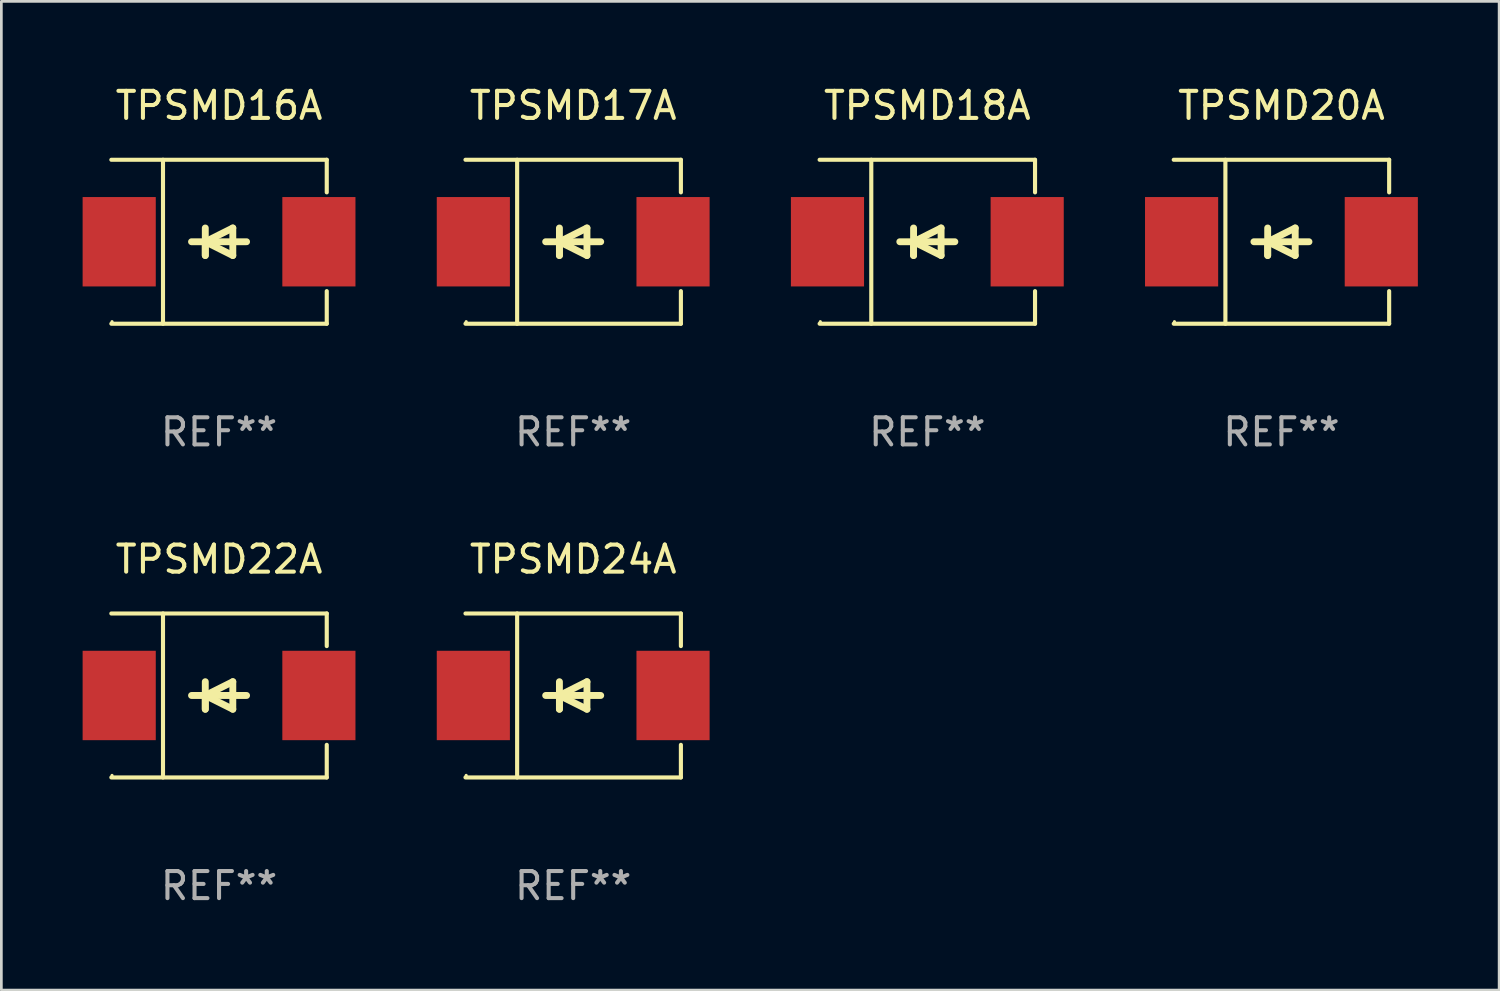
<source format=kicad_pcb>
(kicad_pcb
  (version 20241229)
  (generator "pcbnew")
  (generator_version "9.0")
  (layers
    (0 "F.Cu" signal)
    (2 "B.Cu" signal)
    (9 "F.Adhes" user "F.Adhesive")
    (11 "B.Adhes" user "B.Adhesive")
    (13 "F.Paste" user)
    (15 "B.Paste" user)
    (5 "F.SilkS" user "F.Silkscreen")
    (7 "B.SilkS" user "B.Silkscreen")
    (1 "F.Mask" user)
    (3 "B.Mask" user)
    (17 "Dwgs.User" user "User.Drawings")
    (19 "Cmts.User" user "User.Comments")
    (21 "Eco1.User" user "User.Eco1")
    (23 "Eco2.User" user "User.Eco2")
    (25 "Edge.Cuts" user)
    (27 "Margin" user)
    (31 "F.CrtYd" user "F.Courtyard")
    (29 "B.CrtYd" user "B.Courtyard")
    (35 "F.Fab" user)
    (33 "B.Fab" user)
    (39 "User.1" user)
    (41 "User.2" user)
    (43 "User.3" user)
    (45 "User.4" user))
  (footprint "TPSMD22A"
    (layer "F.Cu")
    (at 5.036 22.623)
    (property "Reference" "TPSMD22A" (at 0 -5.026 0) (layer "F.SilkS") (effects (font (size 1 1) (thickness 0.15))))
    (attr through_hole)
    (fp_line (start -3.976 -3.026) (end 3.976 -3.026) (stroke (width 0.152) (type solid)) (layer "F.SilkS"))
    (fp_line (start -3.976 3.026) (end 3.976 3.026) (stroke (width 0.152) (type solid)) (layer "F.SilkS"))
    (fp_line (start -2.069 -3.026) (end -2.069 3.026) (stroke (width 0.152) (type solid)) (layer "F.SilkS"))
    (fp_line (start -0.508 0) (end -0.508 0.508) (stroke (width 0.254) (type solid)) (layer "F.SilkS"))
    (fp_line (start -0.508 0) (end 0.508 0.508) (stroke (width 0.254) (type solid)) (layer "F.SilkS"))
    (fp_line (start -0.508 0.508) (end -0.508 -0.508) (stroke (width 0.254) (type solid)) (layer "F.SilkS"))
    (fp_line (start 0.508 -0.508) (end -0.508 0) (stroke (width 0.254) (type solid)) (layer "F.SilkS"))
    (fp_line (start 0.508 0.508) (end 0.508 -0.508) (stroke (width 0.254) (type solid)) (layer "F.SilkS"))
    (fp_line (start 1.016 0) (end -1.016 0) (stroke (width 0.254) (type solid)) (layer "F.SilkS"))
    (fp_line (start 3.976 -3.026) (end 3.976 -1.823) (stroke (width 0.152) (type solid)) (layer "F.SilkS"))
    (fp_line (start 3.976 3.026) (end 3.976 1.823) (stroke (width 0.152) (type solid)) (layer "F.SilkS"))
    (fp_circle (center -3.95 2.95) (end -3.92 2.95) (stroke (width 0.06) (type solid)) (fill no) (layer "F.SilkS"))
    (fp_text user "REF**" (at 0 7.026 0) (layer "F.Fab") (effects (font (size 1 1) (thickness 0.15))))
    (pad "1" smd rect (at -3.686 0) (size 2.7 3.3) (layers "F.Cu" "F.Mask" "F.Paste"))
    (pad "2" smd rect (at 3.686 0) (size 2.7 3.3) (layers "F.Cu" "F.Mask" "F.Paste")))
  (footprint "TPSMD16A"
    (layer "F.Cu")
    (at 5.036 5.874)
    (property "Reference" "TPSMD16A" (at 0 -5.026 0) (layer "F.SilkS") (effects (font (size 1 1) (thickness 0.15))))
    (attr through_hole)
    (fp_line (start -3.976 -3.026) (end 3.976 -3.026) (stroke (width 0.152) (type solid)) (layer "F.SilkS"))
    (fp_line (start -3.976 3.026) (end 3.976 3.026) (stroke (width 0.152) (type solid)) (layer "F.SilkS"))
    (fp_line (start -2.069 -3.026) (end -2.069 3.026) (stroke (width 0.152) (type solid)) (layer "F.SilkS"))
    (fp_line (start -0.508 0) (end -0.508 0.508) (stroke (width 0.254) (type solid)) (layer "F.SilkS"))
    (fp_line (start -0.508 0) (end 0.508 0.508) (stroke (width 0.254) (type solid)) (layer "F.SilkS"))
    (fp_line (start -0.508 0.508) (end -0.508 -0.508) (stroke (width 0.254) (type solid)) (layer "F.SilkS"))
    (fp_line (start 0.508 -0.508) (end -0.508 0) (stroke (width 0.254) (type solid)) (layer "F.SilkS"))
    (fp_line (start 0.508 0.508) (end 0.508 -0.508) (stroke (width 0.254) (type solid)) (layer "F.SilkS"))
    (fp_line (start 1.016 0) (end -1.016 0) (stroke (width 0.254) (type solid)) (layer "F.SilkS"))
    (fp_line (start 3.976 -3.026) (end 3.976 -1.823) (stroke (width 0.152) (type solid)) (layer "F.SilkS"))
    (fp_line (start 3.976 3.026) (end 3.976 1.823) (stroke (width 0.152) (type solid)) (layer "F.SilkS"))
    (fp_circle (center -3.95 2.95) (end -3.92 2.95) (stroke (width 0.06) (type solid)) (fill no) (layer "F.SilkS"))
    (fp_text user "REF**" (at 0 7.026 0) (layer "F.Fab") (effects (font (size 1 1) (thickness 0.15))))
    (pad "1" smd rect (at -3.686 0) (size 2.7 3.3) (layers "F.Cu" "F.Mask" "F.Paste"))
    (pad "2" smd rect (at 3.686 0) (size 2.7 3.3) (layers "F.Cu" "F.Mask" "F.Paste")))
  (footprint "TPSMD17A"
    (layer "F.Cu")
    (at 18.109 5.874)
    (property "Reference" "TPSMD17A" (at 0 -5.026 0) (layer "F.SilkS") (effects (font (size 1 1) (thickness 0.15))))
    (attr through_hole)
    (fp_line (start -3.976 -3.026) (end 3.976 -3.026) (stroke (width 0.152) (type solid)) (layer "F.SilkS"))
    (fp_line (start -3.976 3.026) (end 3.976 3.026) (stroke (width 0.152) (type solid)) (layer "F.SilkS"))
    (fp_line (start -2.069 -3.026) (end -2.069 3.026) (stroke (width 0.152) (type solid)) (layer "F.SilkS"))
    (fp_line (start -0.508 0) (end -0.508 0.508) (stroke (width 0.254) (type solid)) (layer "F.SilkS"))
    (fp_line (start -0.508 0) (end 0.508 0.508) (stroke (width 0.254) (type solid)) (layer "F.SilkS"))
    (fp_line (start -0.508 0.508) (end -0.508 -0.508) (stroke (width 0.254) (type solid)) (layer "F.SilkS"))
    (fp_line (start 0.508 -0.508) (end -0.508 0) (stroke (width 0.254) (type solid)) (layer "F.SilkS"))
    (fp_line (start 0.508 0.508) (end 0.508 -0.508) (stroke (width 0.254) (type solid)) (layer "F.SilkS"))
    (fp_line (start 1.016 0) (end -1.016 0) (stroke (width 0.254) (type solid)) (layer "F.SilkS"))
    (fp_line (start 3.976 -3.026) (end 3.976 -1.823) (stroke (width 0.152) (type solid)) (layer "F.SilkS"))
    (fp_line (start 3.976 3.026) (end 3.976 1.823) (stroke (width 0.152) (type solid)) (layer "F.SilkS"))
    (fp_circle (center -3.95 2.95) (end -3.92 2.95) (stroke (width 0.06) (type solid)) (fill no) (layer "F.SilkS"))
    (fp_text user "REF**" (at 0 7.026 0) (layer "F.Fab") (effects (font (size 1 1) (thickness 0.15))))
    (pad "1" smd rect (at -3.686 0) (size 2.7 3.3) (layers "F.Cu" "F.Mask" "F.Paste"))
    (pad "2" smd rect (at 3.686 0) (size 2.7 3.3) (layers "F.Cu" "F.Mask" "F.Paste")))
  (footprint "TPSMD20A"
    (layer "F.Cu")
    (at 44.254 5.874)
    (property "Reference" "TPSMD20A" (at 0 -5.026 0) (layer "F.SilkS") (effects (font (size 1 1) (thickness 0.15))))
    (attr through_hole)
    (fp_line (start -3.976 -3.026) (end 3.976 -3.026) (stroke (width 0.152) (type solid)) (layer "F.SilkS"))
    (fp_line (start -3.976 3.026) (end 3.976 3.026) (stroke (width 0.152) (type solid)) (layer "F.SilkS"))
    (fp_line (start -2.069 -3.026) (end -2.069 3.026) (stroke (width 0.152) (type solid)) (layer "F.SilkS"))
    (fp_line (start -0.508 0) (end -0.508 0.508) (stroke (width 0.254) (type solid)) (layer "F.SilkS"))
    (fp_line (start -0.508 0) (end 0.508 0.508) (stroke (width 0.254) (type solid)) (layer "F.SilkS"))
    (fp_line (start -0.508 0.508) (end -0.508 -0.508) (stroke (width 0.254) (type solid)) (layer "F.SilkS"))
    (fp_line (start 0.508 -0.508) (end -0.508 0) (stroke (width 0.254) (type solid)) (layer "F.SilkS"))
    (fp_line (start 0.508 0.508) (end 0.508 -0.508) (stroke (width 0.254) (type solid)) (layer "F.SilkS"))
    (fp_line (start 1.016 0) (end -1.016 0) (stroke (width 0.254) (type solid)) (layer "F.SilkS"))
    (fp_line (start 3.976 -3.026) (end 3.976 -1.823) (stroke (width 0.152) (type solid)) (layer "F.SilkS"))
    (fp_line (start 3.976 3.026) (end 3.976 1.823) (stroke (width 0.152) (type solid)) (layer "F.SilkS"))
    (fp_circle (center -3.95 2.95) (end -3.92 2.95) (stroke (width 0.06) (type solid)) (fill no) (layer "F.SilkS"))
    (fp_text user "REF**" (at 0 7.026 0) (layer "F.Fab") (effects (font (size 1 1) (thickness 0.15))))
    (pad "1" smd rect (at -3.686 0) (size 2.7 3.3) (layers "F.Cu" "F.Mask" "F.Paste"))
    (pad "2" smd rect (at 3.686 0) (size 2.7 3.3) (layers "F.Cu" "F.Mask" "F.Paste")))
  (footprint "TPSMD24A"
    (layer "F.Cu")
    (at 18.109 22.623)
    (property "Reference" "TPSMD24A" (at 0 -5.026 0) (layer "F.SilkS") (effects (font (size 1 1) (thickness 0.15))))
    (attr through_hole)
    (fp_line (start -3.976 -3.026) (end 3.976 -3.026) (stroke (width 0.152) (type solid)) (layer "F.SilkS"))
    (fp_line (start -3.976 3.026) (end 3.976 3.026) (stroke (width 0.152) (type solid)) (layer "F.SilkS"))
    (fp_line (start -2.069 -3.026) (end -2.069 3.026) (stroke (width 0.152) (type solid)) (layer "F.SilkS"))
    (fp_line (start -0.508 0) (end -0.508 0.508) (stroke (width 0.254) (type solid)) (layer "F.SilkS"))
    (fp_line (start -0.508 0) (end 0.508 0.508) (stroke (width 0.254) (type solid)) (layer "F.SilkS"))
    (fp_line (start -0.508 0.508) (end -0.508 -0.508) (stroke (width 0.254) (type solid)) (layer "F.SilkS"))
    (fp_line (start 0.508 -0.508) (end -0.508 0) (stroke (width 0.254) (type solid)) (layer "F.SilkS"))
    (fp_line (start 0.508 0.508) (end 0.508 -0.508) (stroke (width 0.254) (type solid)) (layer "F.SilkS"))
    (fp_line (start 1.016 0) (end -1.016 0) (stroke (width 0.254) (type solid)) (layer "F.SilkS"))
    (fp_line (start 3.976 -3.026) (end 3.976 -1.823) (stroke (width 0.152) (type solid)) (layer "F.SilkS"))
    (fp_line (start 3.976 3.026) (end 3.976 1.823) (stroke (width 0.152) (type solid)) (layer "F.SilkS"))
    (fp_circle (center -3.95 2.95) (end -3.92 2.95) (stroke (width 0.06) (type solid)) (fill no) (layer "F.SilkS"))
    (fp_text user "REF**" (at 0 7.026 0) (layer "F.Fab") (effects (font (size 1 1) (thickness 0.15))))
    (pad "1" smd rect (at -3.686 0) (size 2.7 3.3) (layers "F.Cu" "F.Mask" "F.Paste"))
    (pad "2" smd rect (at 3.686 0) (size 2.7 3.3) (layers "F.Cu" "F.Mask" "F.Paste")))
  (footprint "TPSMD18A"
    (layer "F.Cu")
    (at 31.182 5.874)
    (property "Reference" "TPSMD18A" (at 0 -5.026 0) (layer "F.SilkS") (effects (font (size 1 1) (thickness 0.15))))
    (attr through_hole)
    (fp_line (start -3.976 -3.026) (end 3.976 -3.026) (stroke (width 0.152) (type solid)) (layer "F.SilkS"))
    (fp_line (start -3.976 3.026) (end 3.976 3.026) (stroke (width 0.152) (type solid)) (layer "F.SilkS"))
    (fp_line (start -2.069 -3.026) (end -2.069 3.026) (stroke (width 0.152) (type solid)) (layer "F.SilkS"))
    (fp_line (start -0.508 0) (end -0.508 0.508) (stroke (width 0.254) (type solid)) (layer "F.SilkS"))
    (fp_line (start -0.508 0) (end 0.508 0.508) (stroke (width 0.254) (type solid)) (layer "F.SilkS"))
    (fp_line (start -0.508 0.508) (end -0.508 -0.508) (stroke (width 0.254) (type solid)) (layer "F.SilkS"))
    (fp_line (start 0.508 -0.508) (end -0.508 0) (stroke (width 0.254) (type solid)) (layer "F.SilkS"))
    (fp_line (start 0.508 0.508) (end 0.508 -0.508) (stroke (width 0.254) (type solid)) (layer "F.SilkS"))
    (fp_line (start 1.016 0) (end -1.016 0) (stroke (width 0.254) (type solid)) (layer "F.SilkS"))
    (fp_line (start 3.976 -3.026) (end 3.976 -1.823) (stroke (width 0.152) (type solid)) (layer "F.SilkS"))
    (fp_line (start 3.976 3.026) (end 3.976 1.823) (stroke (width 0.152) (type solid)) (layer "F.SilkS"))
    (fp_circle (center -3.95 2.95) (end -3.92 2.95) (stroke (width 0.06) (type solid)) (fill no) (layer "F.SilkS"))
    (fp_text user "REF**" (at 0 7.026 0) (layer "F.Fab") (effects (font (size 1 1) (thickness 0.15))))
    (pad "1" smd rect (at -3.686 0) (size 2.7 3.3) (layers "F.Cu" "F.Mask" "F.Paste"))
    (pad "2" smd rect (at 3.686 0) (size 2.7 3.3) (layers "F.Cu" "F.Mask" "F.Paste")))
  (gr_rect
    (start -3 -3)
    (end 52.29 33.498)
    (stroke (width 0.1) (type default))
    (fill no)
    (layer "Edge.Cuts")))
</source>
